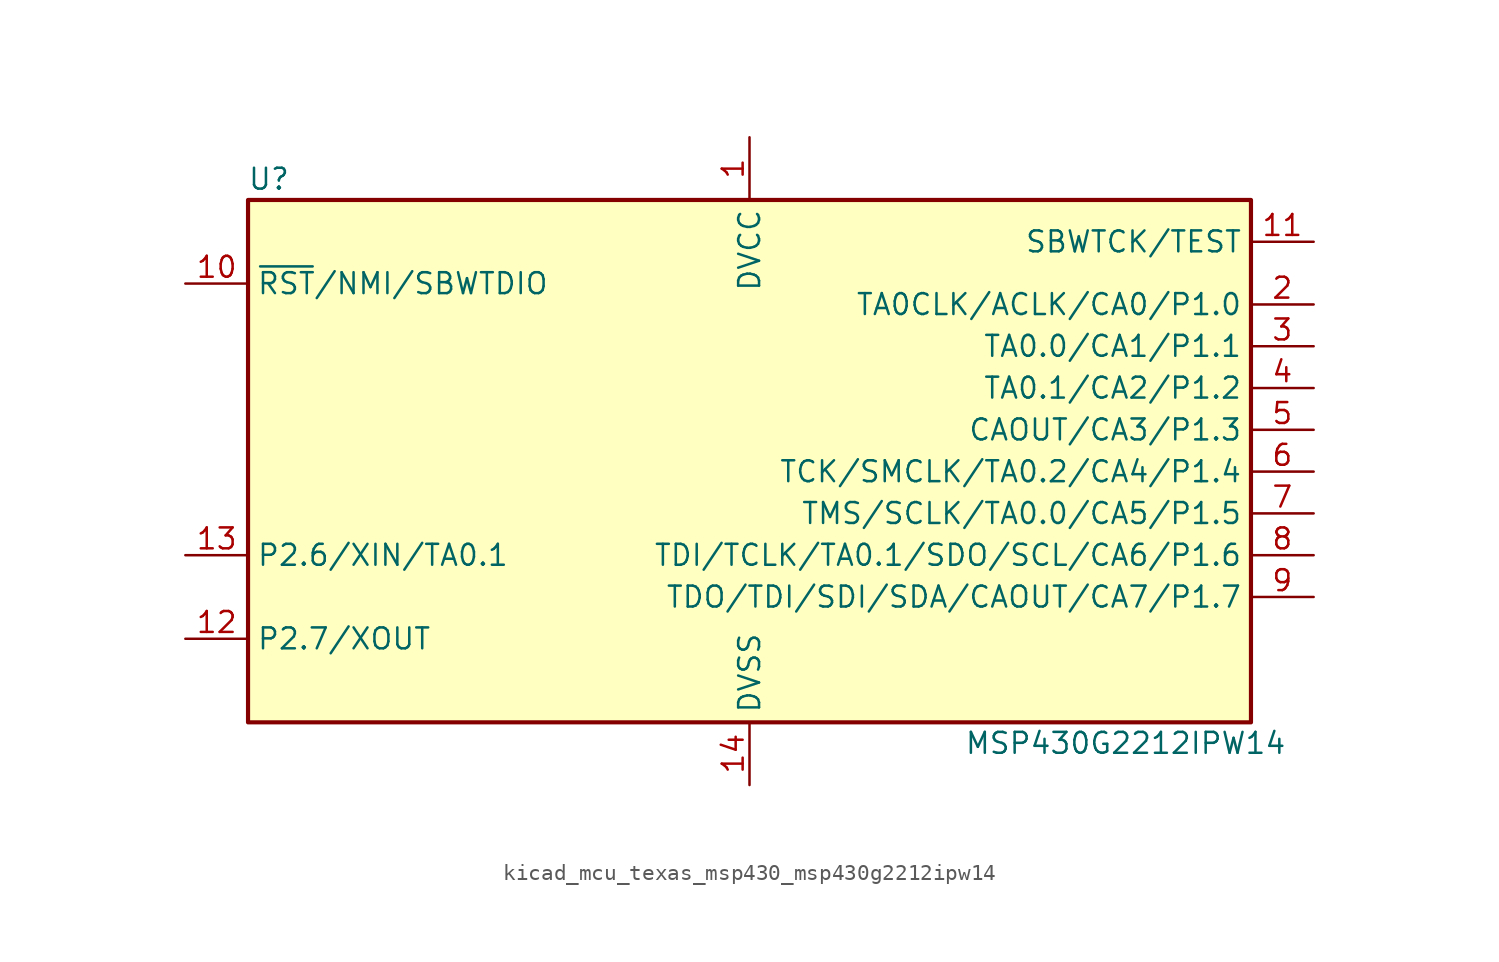
<source format=kicad_sym>
(kicad_symbol_lib
  (version 20220914)
  (generator kicad_symbol_editor)
  (symbol "kicad_mcu_texas_msp430_msp430g2212ipw14"
    (property "Reference" "U"
      (at -29.21 17.78 0)
      (effects (font (size 1.27 1.27))))
    (property "Value" "MSP430G2212IPW14"
      (at 22.86 -16.51 0)
      (effects (font (size 1.27 1.27))))
    (symbol "kicad_mcu_texas_msp430_msp430g2212ipw14_0_1"
      (rectangle (start -30.48 16.51) (end 30.48 -15.24) (stroke (width 0.254) (type default)) (fill (type background))))
    (symbol "kicad_mcu_texas_msp430_msp430g2212ipw14_1_1"
      (pin power_in line (at 0 20.32 270) (length 3.81) (name "DVCC" (effects (font (size 1.27 1.27)))) (number "1" (effects (font (size 1.27 1.27)))))
      (pin input line (at -34.29 11.43 0) (length 3.81) (name "~{RST}/NMI/SBWTDIO" (effects (font (size 1.27 1.27)))) (number "10" (effects (font (size 1.27 1.27)))))
      (pin input line (at 34.29 13.97 180) (length 3.81) (name "SBWTCK/TEST" (effects (font (size 1.27 1.27)))) (number "11" (effects (font (size 1.27 1.27)))))
      (pin bidirectional line (at -34.29 -10.16 0) (length 3.81) (name "P2.7/XOUT" (effects (font (size 1.27 1.27)))) (number "12" (effects (font (size 1.27 1.27)))))
      (pin bidirectional line (at -34.29 -5.08 0) (length 3.81) (name "P2.6/XIN/TA0.1" (effects (font (size 1.27 1.27)))) (number "13" (effects (font (size 1.27 1.27)))))
      (pin power_in line (at 0 -19.05 90) (length 3.81) (name "DVSS" (effects (font (size 1.27 1.27)))) (number "14" (effects (font (size 1.27 1.27)))))
      (pin bidirectional line (at 34.29 10.16 180) (length 3.81) (name "TA0CLK/ACLK/CA0/P1.0" (effects (font (size 1.27 1.27)))) (number "2" (effects (font (size 1.27 1.27)))))
      (pin bidirectional line (at 34.29 7.62 180) (length 3.81) (name "TA0.0/CA1/P1.1" (effects (font (size 1.27 1.27)))) (number "3" (effects (font (size 1.27 1.27)))))
      (pin bidirectional line (at 34.29 5.08 180) (length 3.81) (name "TA0.1/CA2/P1.2" (effects (font (size 1.27 1.27)))) (number "4" (effects (font (size 1.27 1.27)))))
      (pin bidirectional line (at 34.29 2.54 180) (length 3.81) (name "CAOUT/CA3/P1.3" (effects (font (size 1.27 1.27)))) (number "5" (effects (font (size 1.27 1.27)))))
      (pin bidirectional line (at 34.29 0 180) (length 3.81) (name "TCK/SMCLK/TA0.2/CA4/P1.4" (effects (font (size 1.27 1.27)))) (number "6" (effects (font (size 1.27 1.27)))))
      (pin bidirectional line (at 34.29 -2.54 180) (length 3.81) (name "TMS/SCLK/TA0.0/CA5/P1.5" (effects (font (size 1.27 1.27)))) (number "7" (effects (font (size 1.27 1.27)))))
      (pin bidirectional line (at 34.29 -5.08 180) (length 3.81) (name "TDI/TCLK/TA0.1/SDO/SCL/CA6/P1.6" (effects (font (size 1.27 1.27)))) (number "8" (effects (font (size 1.27 1.27)))))
      (pin bidirectional line (at 34.29 -7.62 180) (length 3.81) (name "TDO/TDI/SDI/SDA/CAOUT/CA7/P1.7" (effects (font (size 1.27 1.27)))) (number "9" (effects (font (size 1.27 1.27))))))))
</source>
